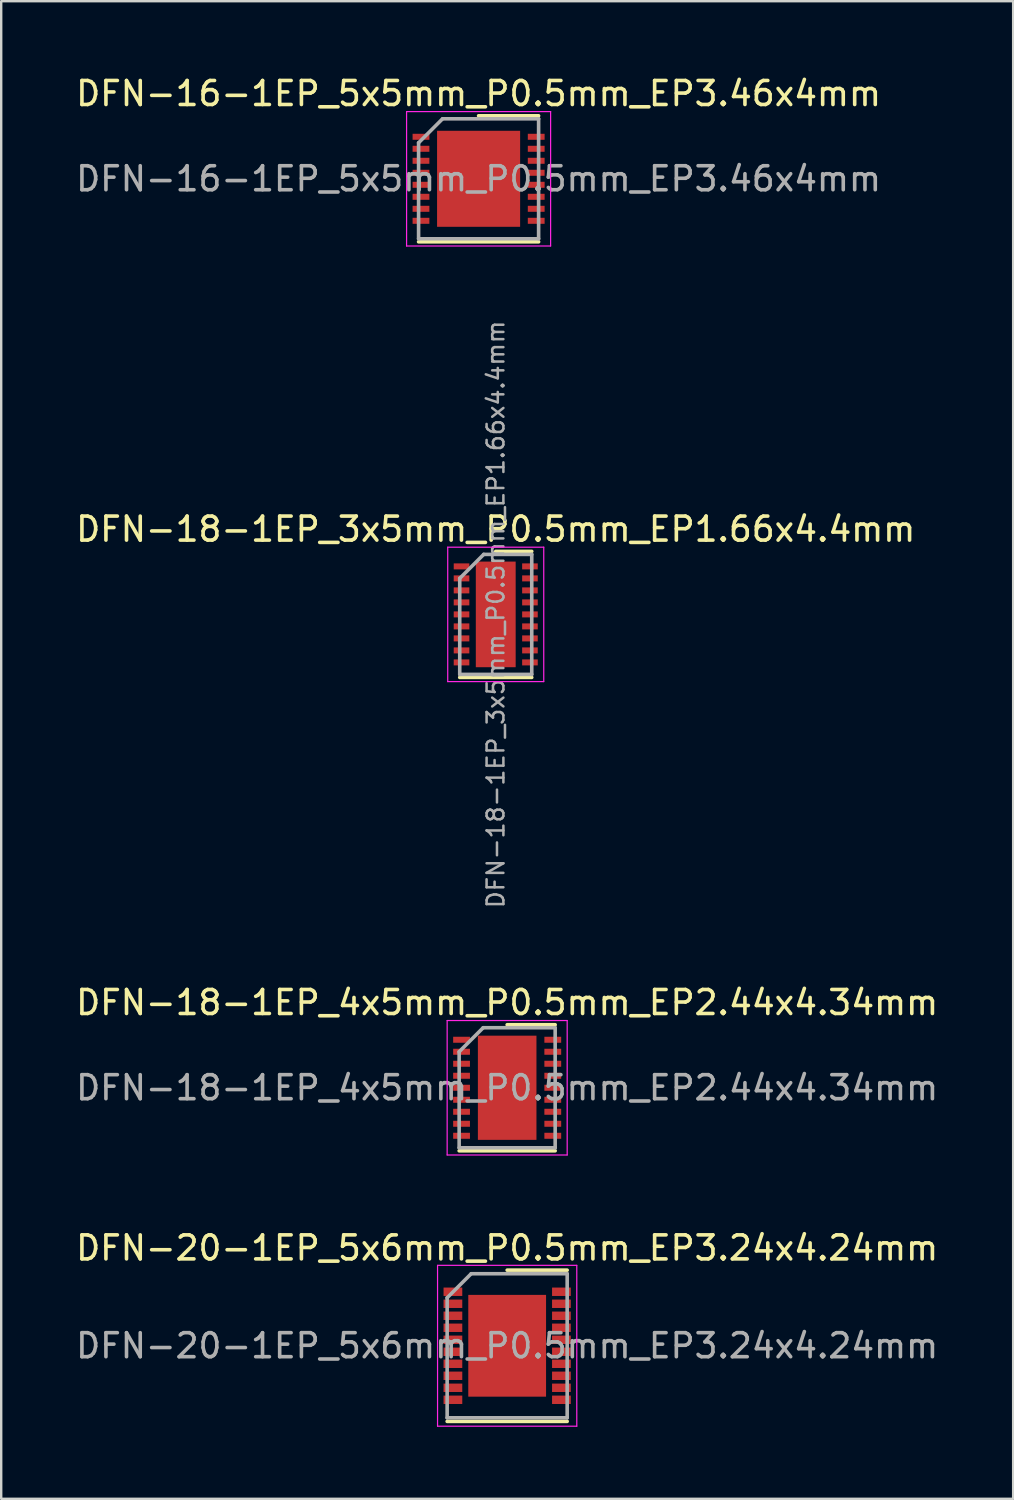
<source format=kicad_pcb>
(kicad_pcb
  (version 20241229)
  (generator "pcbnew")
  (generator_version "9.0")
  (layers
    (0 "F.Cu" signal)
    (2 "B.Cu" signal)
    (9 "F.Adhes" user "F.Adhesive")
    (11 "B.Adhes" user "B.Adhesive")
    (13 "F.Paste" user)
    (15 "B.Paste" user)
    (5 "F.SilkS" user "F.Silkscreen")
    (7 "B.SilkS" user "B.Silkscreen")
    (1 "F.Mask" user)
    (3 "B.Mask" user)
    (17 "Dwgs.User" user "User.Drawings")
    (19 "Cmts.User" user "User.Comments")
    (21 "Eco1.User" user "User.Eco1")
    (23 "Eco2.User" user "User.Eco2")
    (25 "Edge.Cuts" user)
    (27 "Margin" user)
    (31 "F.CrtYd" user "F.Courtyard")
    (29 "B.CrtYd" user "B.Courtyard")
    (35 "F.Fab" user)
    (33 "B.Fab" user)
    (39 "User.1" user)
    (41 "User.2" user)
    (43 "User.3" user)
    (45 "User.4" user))
  (footprint "DFN-18-1EP_3x5mm_P0.5mm_EP1.66x4.4mm"
    (layer "F.Cu")
    (at 17.601 22.544)
    (property "Reference" "DFN-18-1EP_3x5mm_P0.5mm_EP1.66x4.4mm" (at 0 -3.55 0) (layer "F.SilkS") (effects (font (size 1 1) (thickness 0.15))))
    (attr smd)
    (fp_line (start -1.5 2.625) (end 1.5 2.625) (stroke (width 0.15) (type solid)) (layer "F.SilkS"))
    (fp_line (start 0 -2.625) (end 1.5 -2.625) (stroke (width 0.15) (type solid)) (layer "F.SilkS"))
    (fp_line (start -2 -2.8) (end -2 2.8) (stroke (width 0.05) (type solid)) (layer "F.CrtYd"))
    (fp_line (start -2 -2.8) (end 2 -2.8) (stroke (width 0.05) (type solid)) (layer "F.CrtYd"))
    (fp_line (start -2 2.8) (end 2 2.8) (stroke (width 0.05) (type solid)) (layer "F.CrtYd"))
    (fp_line (start 2 -2.8) (end 2 2.8) (stroke (width 0.05) (type solid)) (layer "F.CrtYd"))
    (fp_line (start -1.5 -1.5) (end -0.5 -2.5) (stroke (width 0.15) (type solid)) (layer "F.Fab"))
    (fp_line (start -1.5 2.5) (end -1.5 -1.5) (stroke (width 0.15) (type solid)) (layer "F.Fab"))
    (fp_line (start -0.5 -2.5) (end 1.5 -2.5) (stroke (width 0.15) (type solid)) (layer "F.Fab"))
    (fp_line (start 1.5 -2.5) (end 1.5 2.5) (stroke (width 0.15) (type solid)) (layer "F.Fab"))
    (fp_line (start 1.5 2.5) (end -1.5 2.5) (stroke (width 0.15) (type solid)) (layer "F.Fab"))
    (fp_text user "${REFERENCE}" (at 0 0 90) (layer "F.Fab") (effects (font (size 0.7 0.7) (thickness 0.105))))
    (pad "" smd rect (at -0.415 -1.76) (size 0.67 0.71) (layers "F.Paste"))
    (pad "" smd rect (at -0.415 -0.88) (size 0.67 0.71) (layers "F.Paste"))
    (pad "" smd rect (at -0.415 0) (size 0.67 0.71) (layers "F.Paste"))
    (pad "" smd rect (at -0.415 0.88) (size 0.67 0.71) (layers "F.Paste"))
    (pad "" smd rect (at -0.415 1.76) (size 0.67 0.71) (layers "F.Paste"))
    (pad "" smd rect (at 0.415 -1.76) (size 0.67 0.71) (layers "F.Paste"))
    (pad "" smd rect (at 0.415 -0.88) (size 0.67 0.71) (layers "F.Paste"))
    (pad "" smd rect (at 0.415 0) (size 0.67 0.71) (layers "F.Paste"))
    (pad "" smd rect (at 0.415 0.88) (size 0.67 0.71) (layers "F.Paste"))
    (pad "" smd rect (at 0.415 1.76) (size 0.67 0.71) (layers "F.Paste"))
    (pad "1" smd rect (at -1.425 -2) (size 0.65 0.25) (layers "F.Cu" "F.Mask" "F.Paste"))
    (pad "2" smd rect (at -1.425 -1.5) (size 0.65 0.25) (layers "F.Cu" "F.Mask" "F.Paste"))
    (pad "3" smd rect (at -1.425 -1) (size 0.65 0.25) (layers "F.Cu" "F.Mask" "F.Paste"))
    (pad "4" smd rect (at -1.425 -0.5) (size 0.65 0.25) (layers "F.Cu" "F.Mask" "F.Paste"))
    (pad "5" smd rect (at -1.425 0) (size 0.65 0.25) (layers "F.Cu" "F.Mask" "F.Paste"))
    (pad "6" smd rect (at -1.425 0.5) (size 0.65 0.25) (layers "F.Cu" "F.Mask" "F.Paste"))
    (pad "7" smd rect (at -1.425 1) (size 0.65 0.25) (layers "F.Cu" "F.Mask" "F.Paste"))
    (pad "8" smd rect (at -1.425 1.5) (size 0.65 0.25) (layers "F.Cu" "F.Mask" "F.Paste"))
    (pad "9" smd rect (at -1.425 2) (size 0.65 0.25) (layers "F.Cu" "F.Mask" "F.Paste"))
    (pad "10" smd rect (at 1.425 2) (size 0.65 0.25) (layers "F.Cu" "F.Mask" "F.Paste"))
    (pad "11" smd rect (at 1.425 1.5) (size 0.65 0.25) (layers "F.Cu" "F.Mask" "F.Paste"))
    (pad "12" smd rect (at 1.425 1) (size 0.65 0.25) (layers "F.Cu" "F.Mask" "F.Paste"))
    (pad "13" smd rect (at 1.425 0.5) (size 0.65 0.25) (layers "F.Cu" "F.Mask" "F.Paste"))
    (pad "14" smd rect (at 1.425 0) (size 0.65 0.25) (layers "F.Cu" "F.Mask" "F.Paste"))
    (pad "15" smd rect (at 1.425 -0.5) (size 0.65 0.25) (layers "F.Cu" "F.Mask" "F.Paste"))
    (pad "16" smd rect (at 1.425 -1) (size 0.65 0.25) (layers "F.Cu" "F.Mask" "F.Paste"))
    (pad "17" smd rect (at 1.425 -1.5) (size 0.65 0.25) (layers "F.Cu" "F.Mask" "F.Paste"))
    (pad "18" smd rect (at 1.425 -2) (size 0.65 0.25) (layers "F.Cu" "F.Mask" "F.Paste"))
    (pad "19" smd rect (at 0 0) (size 1.66 4.4) (layers "F.Cu" "F.Mask")))
  (footprint "DFN-20-1EP_5x6mm_P0.5mm_EP3.24x4.24mm"
    (layer "F.Cu")
    (at 18.077 53.011)
    (property "Reference" "DFN-20-1EP_5x6mm_P0.5mm_EP3.24x4.24mm" (at 0 -4.075 0) (layer "F.SilkS") (effects (font (size 1 1) (thickness 0.15))))
    (attr smd)
    (fp_line (start -2.5 3.15) (end 2.5 3.15) (stroke (width 0.15) (type solid)) (layer "F.SilkS"))
    (fp_line (start 0 -3.15) (end 2.5 -3.15) (stroke (width 0.15) (type solid)) (layer "F.SilkS"))
    (fp_line (start -2.9 -3.35) (end -2.9 3.35) (stroke (width 0.05) (type solid)) (layer "F.CrtYd"))
    (fp_line (start -2.9 -3.35) (end 2.9 -3.35) (stroke (width 0.05) (type solid)) (layer "F.CrtYd"))
    (fp_line (start -2.9 3.35) (end 2.9 3.35) (stroke (width 0.05) (type solid)) (layer "F.CrtYd"))
    (fp_line (start 2.9 -3.35) (end 2.9 3.35) (stroke (width 0.05) (type solid)) (layer "F.CrtYd"))
    (fp_line (start -2.5 -2) (end -1.5 -3) (stroke (width 0.15) (type solid)) (layer "F.Fab"))
    (fp_line (start -2.5 3) (end -2.5 -2) (stroke (width 0.15) (type solid)) (layer "F.Fab"))
    (fp_line (start -1.5 -3) (end 2.5 -3) (stroke (width 0.15) (type solid)) (layer "F.Fab"))
    (fp_line (start 2.5 -3) (end 2.5 3) (stroke (width 0.15) (type solid)) (layer "F.Fab"))
    (fp_line (start 2.5 3) (end -2.5 3) (stroke (width 0.15) (type solid)) (layer "F.Fab"))
    (fp_text user "${REFERENCE}" (at 0 0 0) (layer "F.Fab") (effects (font (size 1 1) (thickness 0.15))))
    (pad "" smd rect (at -1.08 -1.59) (size 0.86 0.86) (layers "F.Paste"))
    (pad "" smd rect (at -1.08 -0.53) (size 0.86 0.86) (layers "F.Paste"))
    (pad "" smd rect (at -1.08 0.53) (size 0.86 0.86) (layers "F.Paste"))
    (pad "" smd rect (at -1.08 1.59) (size 0.86 0.86) (layers "F.Paste"))
    (pad "" smd rect (at 0 -1.59) (size 0.86 0.86) (layers "F.Paste"))
    (pad "" smd rect (at 0 -0.53) (size 0.86 0.86) (layers "F.Paste"))
    (pad "" smd rect (at 0 0.53) (size 0.86 0.86) (layers "F.Paste"))
    (pad "" smd rect (at 0 1.59) (size 0.86 0.86) (layers "F.Paste"))
    (pad "" smd rect (at 1.08 -1.59) (size 0.86 0.86) (layers "F.Paste"))
    (pad "" smd rect (at 1.08 -0.53) (size 0.86 0.86) (layers "F.Paste"))
    (pad "" smd rect (at 1.08 0.53) (size 0.86 0.86) (layers "F.Paste"))
    (pad "" smd rect (at 1.08 1.59) (size 0.86 0.86) (layers "F.Paste"))
    (pad "1" smd rect (at -2.26 -2.25) (size 0.78 0.35) (layers "F.Cu" "F.Mask" "F.Paste"))
    (pad "2" smd rect (at -2.26 -1.75) (size 0.78 0.35) (layers "F.Cu" "F.Mask" "F.Paste"))
    (pad "3" smd rect (at -2.26 -1.25) (size 0.78 0.35) (layers "F.Cu" "F.Mask" "F.Paste"))
    (pad "4" smd rect (at -2.26 -0.75) (size 0.78 0.35) (layers "F.Cu" "F.Mask" "F.Paste"))
    (pad "5" smd rect (at -2.26 -0.25) (size 0.78 0.35) (layers "F.Cu" "F.Mask" "F.Paste"))
    (pad "6" smd rect (at -2.26 0.25) (size 0.78 0.35) (layers "F.Cu" "F.Mask" "F.Paste"))
    (pad "7" smd rect (at -2.26 0.75) (size 0.78 0.35) (layers "F.Cu" "F.Mask" "F.Paste"))
    (pad "8" smd rect (at -2.26 1.25) (size 0.78 0.35) (layers "F.Cu" "F.Mask" "F.Paste"))
    (pad "9" smd rect (at -2.26 1.75) (size 0.78 0.35) (layers "F.Cu" "F.Mask" "F.Paste"))
    (pad "10" smd rect (at -2.26 2.25) (size 0.78 0.35) (layers "F.Cu" "F.Mask" "F.Paste"))
    (pad "11" smd rect (at 2.26 2.25) (size 0.78 0.35) (layers "F.Cu" "F.Mask" "F.Paste"))
    (pad "12" smd rect (at 2.26 1.75) (size 0.78 0.35) (layers "F.Cu" "F.Mask" "F.Paste"))
    (pad "13" smd rect (at 2.26 1.25) (size 0.78 0.35) (layers "F.Cu" "F.Mask" "F.Paste"))
    (pad "14" smd rect (at 2.26 0.75) (size 0.78 0.35) (layers "F.Cu" "F.Mask" "F.Paste"))
    (pad "15" smd rect (at 2.26 0.25) (size 0.78 0.35) (layers "F.Cu" "F.Mask" "F.Paste"))
    (pad "16" smd rect (at 2.26 -0.25) (size 0.78 0.35) (layers "F.Cu" "F.Mask" "F.Paste"))
    (pad "17" smd rect (at 2.26 -0.75) (size 0.78 0.35) (layers "F.Cu" "F.Mask" "F.Paste"))
    (pad "18" smd rect (at 2.26 -1.25) (size 0.78 0.35) (layers "F.Cu" "F.Mask" "F.Paste"))
    (pad "19" smd rect (at 2.26 -1.75) (size 0.78 0.35) (layers "F.Cu" "F.Mask" "F.Paste"))
    (pad "20" smd rect (at 2.26 -2.25) (size 0.78 0.35) (layers "F.Cu" "F.Mask" "F.Paste"))
    (pad "21" smd rect (at 0 0) (size 3.24 4.24) (layers "F.Cu" "F.Mask")))
  (footprint "DFN-18-1EP_4x5mm_P0.5mm_EP2.44x4.34mm"
    (layer "F.Cu")
    (at 18.077 42.263)
    (property "Reference" "DFN-18-1EP_4x5mm_P0.5mm_EP2.44x4.34mm" (at 0 -3.55 0) (layer "F.SilkS") (effects (font (size 1 1) (thickness 0.15))))
    (attr smd)
    (fp_line (start -2 2.625) (end 2 2.625) (stroke (width 0.15) (type solid)) (layer "F.SilkS"))
    (fp_line (start 0 -2.625) (end 2 -2.625) (stroke (width 0.15) (type solid)) (layer "F.SilkS"))
    (fp_line (start -2.5 -2.8) (end -2.5 2.8) (stroke (width 0.05) (type solid)) (layer "F.CrtYd"))
    (fp_line (start -2.5 -2.8) (end 2.5 -2.8) (stroke (width 0.05) (type solid)) (layer "F.CrtYd"))
    (fp_line (start -2.5 2.8) (end 2.5 2.8) (stroke (width 0.05) (type solid)) (layer "F.CrtYd"))
    (fp_line (start 2.5 -2.8) (end 2.5 2.8) (stroke (width 0.05) (type solid)) (layer "F.CrtYd"))
    (fp_line (start -2 -1.5) (end -1 -2.5) (stroke (width 0.15) (type solid)) (layer "F.Fab"))
    (fp_line (start -2 2.5) (end -2 -1.5) (stroke (width 0.15) (type solid)) (layer "F.Fab"))
    (fp_line (start -1 -2.5) (end 2 -2.5) (stroke (width 0.15) (type solid)) (layer "F.Fab"))
    (fp_line (start 2 -2.5) (end 2 2.5) (stroke (width 0.15) (type solid)) (layer "F.Fab"))
    (fp_line (start 2 2.5) (end -2 2.5) (stroke (width 0.15) (type solid)) (layer "F.Fab"))
    (fp_text user "${REFERENCE}" (at 0 0 0) (layer "F.Fab") (effects (font (size 1 1) (thickness 0.15))))
    (pad "" smd rect (at -0.61 -1.627) (size 1 0.86) (layers "F.Paste"))
    (pad "" smd rect (at -0.61 -0.542) (size 1 0.86) (layers "F.Paste"))
    (pad "" smd rect (at -0.61 0.542) (size 1 0.86) (layers "F.Paste"))
    (pad "" smd rect (at -0.61 1.627) (size 1 0.86) (layers "F.Paste"))
    (pad "" smd rect (at 0.61 -1.627) (size 1 0.86) (layers "F.Paste"))
    (pad "" smd rect (at 0.61 -0.542) (size 1 0.86) (layers "F.Paste"))
    (pad "" smd rect (at 0.61 0.542) (size 1 0.86) (layers "F.Paste"))
    (pad "" smd rect (at 0.61 1.627) (size 1 0.86) (layers "F.Paste"))
    (pad "1" smd rect (at -1.9 -2) (size 0.7 0.25) (layers "F.Cu" "F.Mask" "F.Paste"))
    (pad "2" smd rect (at -1.9 -1.5) (size 0.7 0.25) (layers "F.Cu" "F.Mask" "F.Paste"))
    (pad "3" smd rect (at -1.9 -1) (size 0.7 0.25) (layers "F.Cu" "F.Mask" "F.Paste"))
    (pad "4" smd rect (at -1.9 -0.5) (size 0.7 0.25) (layers "F.Cu" "F.Mask" "F.Paste"))
    (pad "5" smd rect (at -1.9 0) (size 0.7 0.25) (layers "F.Cu" "F.Mask" "F.Paste"))
    (pad "6" smd rect (at -1.9 0.5) (size 0.7 0.25) (layers "F.Cu" "F.Mask" "F.Paste"))
    (pad "7" smd rect (at -1.9 1) (size 0.7 0.25) (layers "F.Cu" "F.Mask" "F.Paste"))
    (pad "8" smd rect (at -1.9 1.5) (size 0.7 0.25) (layers "F.Cu" "F.Mask" "F.Paste"))
    (pad "9" smd rect (at -1.9 2) (size 0.7 0.25) (layers "F.Cu" "F.Mask" "F.Paste"))
    (pad "10" smd rect (at 1.9 2) (size 0.7 0.25) (layers "F.Cu" "F.Mask" "F.Paste"))
    (pad "11" smd rect (at 1.9 1.5) (size 0.7 0.25) (layers "F.Cu" "F.Mask" "F.Paste"))
    (pad "12" smd rect (at 1.9 1) (size 0.7 0.25) (layers "F.Cu" "F.Mask" "F.Paste"))
    (pad "13" smd rect (at 1.9 0.5) (size 0.7 0.25) (layers "F.Cu" "F.Mask" "F.Paste"))
    (pad "14" smd rect (at 1.9 0) (size 0.7 0.25) (layers "F.Cu" "F.Mask" "F.Paste"))
    (pad "15" smd rect (at 1.9 -0.5) (size 0.7 0.25) (layers "F.Cu" "F.Mask" "F.Paste"))
    (pad "16" smd rect (at 1.9 -1) (size 0.7 0.25) (layers "F.Cu" "F.Mask" "F.Paste"))
    (pad "17" smd rect (at 1.9 -1.5) (size 0.7 0.25) (layers "F.Cu" "F.Mask" "F.Paste"))
    (pad "18" smd rect (at 1.9 -2) (size 0.7 0.25) (layers "F.Cu" "F.Mask" "F.Paste"))
    (pad "19" smd rect (at 0 0) (size 2.44 4.34) (layers "F.Cu" "F.Mask")))
  (footprint "DFN-16-1EP_5x5mm_P0.5mm_EP3.46x4mm"
    (layer "F.Cu")
    (at 16.887 4.398)
    (property "Reference" "DFN-16-1EP_5x5mm_P0.5mm_EP3.46x4mm" (at 0 -3.55 0) (layer "F.SilkS") (effects (font (size 1 1) (thickness 0.15))))
    (attr smd)
    (fp_line (start -2.5 2.625) (end 2.5 2.625) (stroke (width 0.15) (type solid)) (layer "F.SilkS"))
    (fp_line (start 0 -2.625) (end 2.5 -2.625) (stroke (width 0.15) (type solid)) (layer "F.SilkS"))
    (fp_line (start -3 -2.8) (end -3 2.8) (stroke (width 0.05) (type solid)) (layer "F.CrtYd"))
    (fp_line (start -3 -2.8) (end 3 -2.8) (stroke (width 0.05) (type solid)) (layer "F.CrtYd"))
    (fp_line (start -3 2.8) (end 3 2.8) (stroke (width 0.05) (type solid)) (layer "F.CrtYd"))
    (fp_line (start 3 -2.8) (end 3 2.8) (stroke (width 0.05) (type solid)) (layer "F.CrtYd"))
    (fp_line (start -2.5 -1.5) (end -1.5 -2.5) (stroke (width 0.15) (type solid)) (layer "F.Fab"))
    (fp_line (start -2.5 2.5) (end -2.5 -1.5) (stroke (width 0.15) (type solid)) (layer "F.Fab"))
    (fp_line (start -1.5 -2.5) (end 2.5 -2.5) (stroke (width 0.15) (type solid)) (layer "F.Fab"))
    (fp_line (start 2.5 -2.5) (end 2.5 2.5) (stroke (width 0.15) (type solid)) (layer "F.Fab"))
    (fp_line (start 2.5 2.5) (end -2.5 2.5) (stroke (width 0.15) (type solid)) (layer "F.Fab"))
    (fp_text user "${REFERENCE}" (at 0 0 0) (layer "F.Fab") (effects (font (size 1 1) (thickness 0.15))))
    (pad "" smd rect (at -1.154 -1.34) (size 0.9 1.1) (layers "F.Paste"))
    (pad "" smd rect (at -1.154 0) (size 0.9 1.1) (layers "F.Paste"))
    (pad "" smd rect (at -1.154 1.34) (size 0.9 1.1) (layers "F.Paste"))
    (pad "" smd rect (at 0 -1.34) (size 0.9 1.1) (layers "F.Paste"))
    (pad "" smd rect (at 0 0) (size 0.9 1.1) (layers "F.Paste"))
    (pad "" smd rect (at 0 1.34) (size 0.9 1.1) (layers "F.Paste"))
    (pad "" smd rect (at 1.154 -1.34) (size 0.9 1.1) (layers "F.Paste"))
    (pad "" smd rect (at 1.154 0) (size 0.9 1.1) (layers "F.Paste"))
    (pad "" smd rect (at 1.154 1.34) (size 0.9 1.1) (layers "F.Paste"))
    (pad "1" smd rect (at -2.4 -1.75) (size 0.7 0.25) (layers "F.Cu" "F.Mask" "F.Paste"))
    (pad "2" smd rect (at -2.4 -1.25) (size 0.7 0.25) (layers "F.Cu" "F.Mask" "F.Paste"))
    (pad "3" smd rect (at -2.4 -0.75) (size 0.7 0.25) (layers "F.Cu" "F.Mask" "F.Paste"))
    (pad "4" smd rect (at -2.4 -0.25) (size 0.7 0.25) (layers "F.Cu" "F.Mask" "F.Paste"))
    (pad "5" smd rect (at -2.4 0.25) (size 0.7 0.25) (layers "F.Cu" "F.Mask" "F.Paste"))
    (pad "6" smd rect (at -2.4 0.75) (size 0.7 0.25) (layers "F.Cu" "F.Mask" "F.Paste"))
    (pad "7" smd rect (at -2.4 1.25) (size 0.7 0.25) (layers "F.Cu" "F.Mask" "F.Paste"))
    (pad "8" smd rect (at -2.4 1.75) (size 0.7 0.25) (layers "F.Cu" "F.Mask" "F.Paste"))
    (pad "9" smd rect (at 2.4 1.75) (size 0.7 0.25) (layers "F.Cu" "F.Mask" "F.Paste"))
    (pad "10" smd rect (at 2.4 1.25) (size 0.7 0.25) (layers "F.Cu" "F.Mask" "F.Paste"))
    (pad "11" smd rect (at 2.4 0.75) (size 0.7 0.25) (layers "F.Cu" "F.Mask" "F.Paste"))
    (pad "12" smd rect (at 2.4 0.25) (size 0.7 0.25) (layers "F.Cu" "F.Mask" "F.Paste"))
    (pad "13" smd rect (at 2.4 -0.25) (size 0.7 0.25) (layers "F.Cu" "F.Mask" "F.Paste"))
    (pad "14" smd rect (at 2.4 -0.75) (size 0.7 0.25) (layers "F.Cu" "F.Mask" "F.Paste"))
    (pad "15" smd rect (at 2.4 -1.25) (size 0.7 0.25) (layers "F.Cu" "F.Mask" "F.Paste"))
    (pad "16" smd rect (at 2.4 -1.75) (size 0.7 0.25) (layers "F.Cu" "F.Mask" "F.Paste"))
    (pad "17" smd rect (at 0 0) (size 3.46 4) (layers "F.Cu" "F.Mask")))
  (gr_rect
    (start -3 -3)
    (end 39.155 59.386)
    (stroke (width 0.1) (type default))
    (fill no)
    (layer "Edge.Cuts")))
</source>
